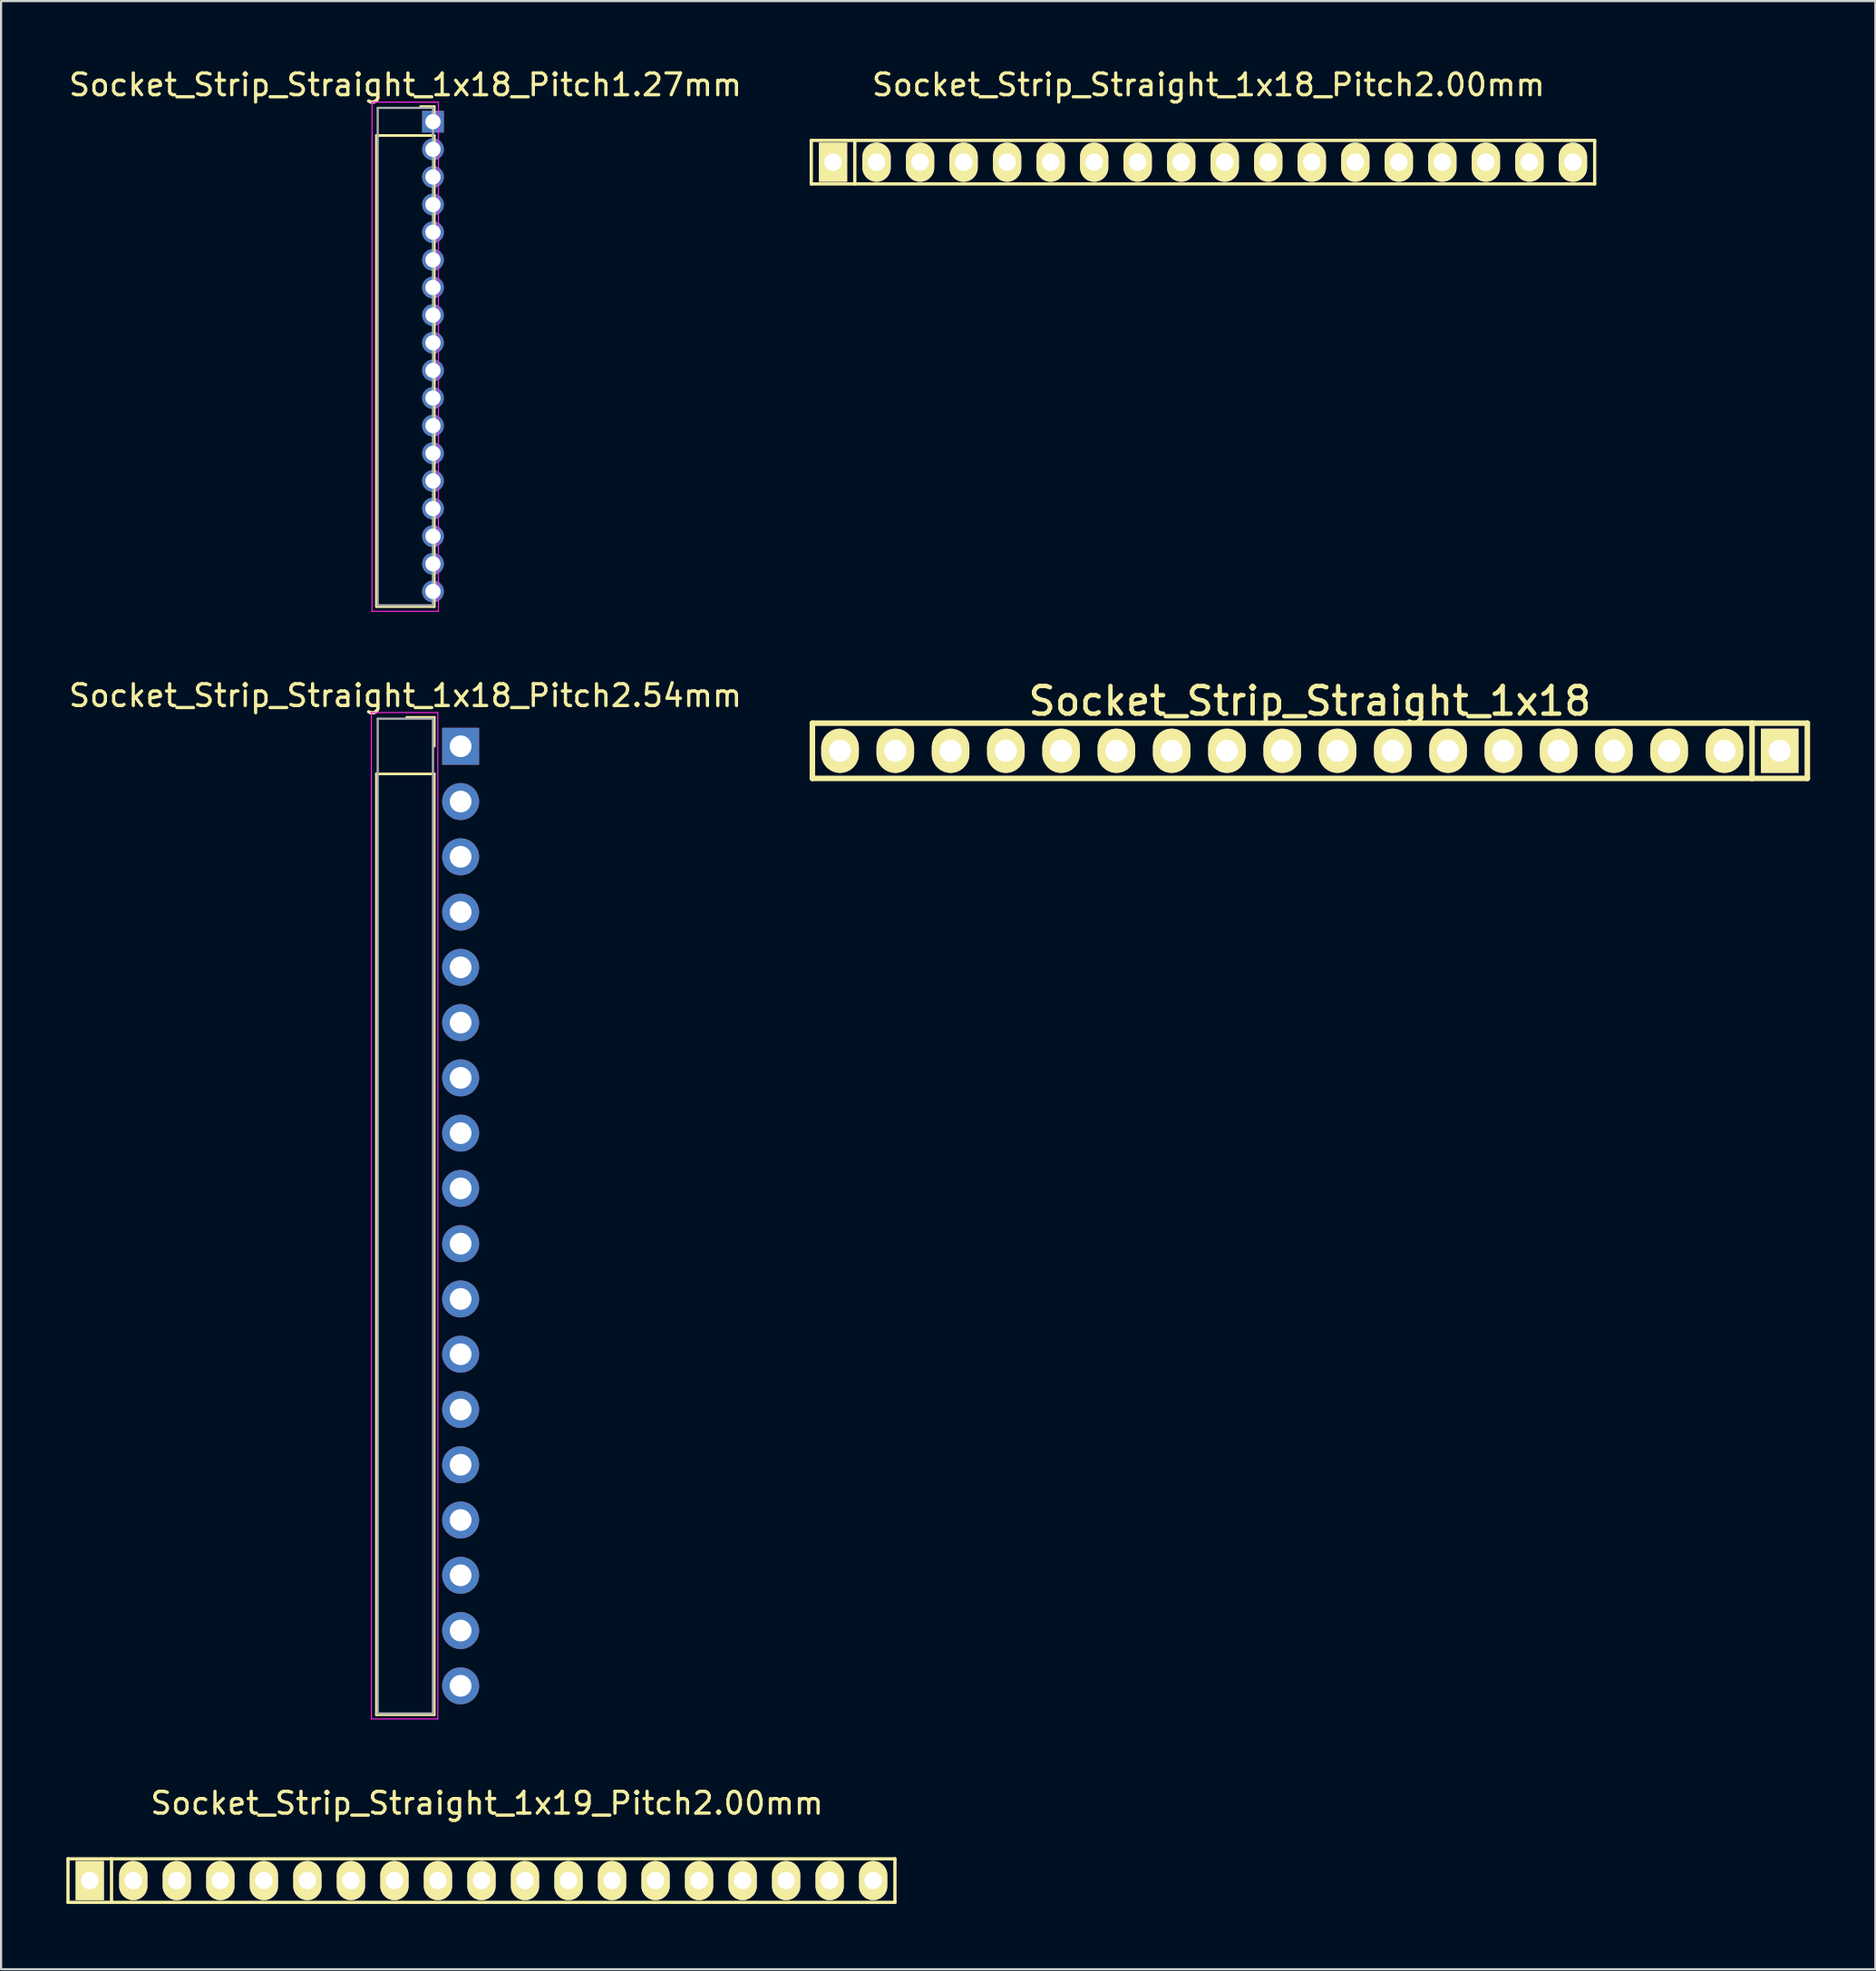
<source format=kicad_pcb>
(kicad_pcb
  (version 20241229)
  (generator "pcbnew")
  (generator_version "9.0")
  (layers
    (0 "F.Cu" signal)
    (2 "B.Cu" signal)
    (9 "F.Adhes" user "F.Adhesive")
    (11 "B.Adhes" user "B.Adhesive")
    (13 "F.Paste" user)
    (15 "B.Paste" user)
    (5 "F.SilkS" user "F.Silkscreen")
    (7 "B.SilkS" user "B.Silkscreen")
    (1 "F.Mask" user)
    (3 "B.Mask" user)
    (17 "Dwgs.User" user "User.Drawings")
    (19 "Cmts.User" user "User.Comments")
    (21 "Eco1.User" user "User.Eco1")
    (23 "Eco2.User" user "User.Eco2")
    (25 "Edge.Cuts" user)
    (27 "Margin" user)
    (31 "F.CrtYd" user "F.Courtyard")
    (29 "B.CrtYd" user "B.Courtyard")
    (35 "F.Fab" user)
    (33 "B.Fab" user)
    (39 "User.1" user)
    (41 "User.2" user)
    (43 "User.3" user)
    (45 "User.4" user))
  (footprint "Socket_Strip_Straight_1x18_Pitch1.27mm"
    (layer "F.Cu")
    (at 16.847 2.543)
    (property "Reference" "Socket_Strip_Straight_1x18_Pitch1.27mm" (at -1.27 -1.695 0) (layer "F.SilkS") (effects (font (size 1 1) (thickness 0.15))))
    (attr through_hole)
    (fp_line (start -2.6 0.635) (end -2.6 22.285) (stroke (width 0.12) (type solid)) (layer "F.SilkS"))
    (fp_line (start -2.6 22.285) (end 0.06 22.285) (stroke (width 0.12) (type solid)) (layer "F.SilkS"))
    (fp_line (start 0.06 -0.695) (end -0.575 -0.695) (stroke (width 0.12) (type solid)) (layer "F.SilkS"))
    (fp_line (start 0.06 0) (end 0.06 -0.695) (stroke (width 0.12) (type solid)) (layer "F.SilkS"))
    (fp_line (start 0.06 0.635) (end -2.6 0.635) (stroke (width 0.12) (type solid)) (layer "F.SilkS"))
    (fp_line (start 0.06 22.285) (end 0.06 0.635) (stroke (width 0.12) (type solid)) (layer "F.SilkS"))
    (fp_line (start -2.8 -0.9) (end -2.8 22.5) (stroke (width 0.05) (type solid)) (layer "F.CrtYd"))
    (fp_line (start -2.8 22.5) (end 0.25 22.5) (stroke (width 0.05) (type solid)) (layer "F.CrtYd"))
    (fp_line (start 0.25 -0.9) (end -2.8 -0.9) (stroke (width 0.05) (type solid)) (layer "F.CrtYd"))
    (fp_line (start 0.25 22.5) (end 0.25 -0.9) (stroke (width 0.05) (type solid)) (layer "F.CrtYd"))
    (fp_line (start -2.54 -0.635) (end -2.54 22.225) (stroke (width 0.1) (type solid)) (layer "F.Fab"))
    (fp_line (start -2.54 22.225) (end 0 22.225) (stroke (width 0.1) (type solid)) (layer "F.Fab"))
    (fp_line (start 0 -0.635) (end -2.54 -0.635) (stroke (width 0.1) (type solid)) (layer "F.Fab"))
    (fp_line (start 0 22.225) (end 0 -0.635) (stroke (width 0.1) (type solid)) (layer "F.Fab"))
    (pad "1" thru_hole rect (at 0 0) (size 1 1) (drill 0.7) (layers "*.Cu" "*.Mask"))
    (pad "2" thru_hole oval (at 0 1.27) (size 1 1) (drill 0.7) (layers "*.Cu" "*.Mask"))
    (pad "3" thru_hole oval (at 0 2.54) (size 1 1) (drill 0.7) (layers "*.Cu" "*.Mask"))
    (pad "4" thru_hole oval (at 0 3.81) (size 1 1) (drill 0.7) (layers "*.Cu" "*.Mask"))
    (pad "5" thru_hole oval (at 0 5.08) (size 1 1) (drill 0.7) (layers "*.Cu" "*.Mask"))
    (pad "6" thru_hole oval (at 0 6.35) (size 1 1) (drill 0.7) (layers "*.Cu" "*.Mask"))
    (pad "7" thru_hole oval (at 0 7.62) (size 1 1) (drill 0.7) (layers "*.Cu" "*.Mask"))
    (pad "8" thru_hole oval (at 0 8.89) (size 1 1) (drill 0.7) (layers "*.Cu" "*.Mask"))
    (pad "9" thru_hole oval (at 0 10.16) (size 1 1) (drill 0.7) (layers "*.Cu" "*.Mask"))
    (pad "10" thru_hole oval (at 0 11.43) (size 1 1) (drill 0.7) (layers "*.Cu" "*.Mask"))
    (pad "11" thru_hole oval (at 0 12.7) (size 1 1) (drill 0.7) (layers "*.Cu" "*.Mask"))
    (pad "12" thru_hole oval (at 0 13.97) (size 1 1) (drill 0.7) (layers "*.Cu" "*.Mask"))
    (pad "13" thru_hole oval (at 0 15.24) (size 1 1) (drill 0.7) (layers "*.Cu" "*.Mask"))
    (pad "14" thru_hole oval (at 0 16.51) (size 1 1) (drill 0.7) (layers "*.Cu" "*.Mask"))
    (pad "15" thru_hole oval (at 0 17.78) (size 1 1) (drill 0.7) (layers "*.Cu" "*.Mask"))
    (pad "16" thru_hole oval (at 0 19.05) (size 1 1) (drill 0.7) (layers "*.Cu" "*.Mask"))
    (pad "17" thru_hole oval (at 0 20.32) (size 1 1) (drill 0.7) (layers "*.Cu" "*.Mask"))
    (pad "18" thru_hole oval (at 0 21.59) (size 1 1) (drill 0.7) (layers "*.Cu" "*.Mask")))
  (footprint "Socket_Strip_Straight_1x19_Pitch2.00mm"
    (layer "F.Cu")
    (at 19.075 83.376)
    (property "Reference" "Socket_Strip_Straight_1x19_Pitch2.00mm" (at 0.254 -3.556 0) (layer "F.SilkS") (effects (font (size 1 1) (thickness 0.15))))
    (attr through_hole)
    (fp_line (start -19 -1) (end 19 -1) (stroke (width 0.15) (type solid)) (layer "F.SilkS"))
    (fp_line (start -19 1) (end -19 -1) (stroke (width 0.15) (type solid)) (layer "F.SilkS"))
    (fp_line (start -17 -1) (end -17 1) (stroke (width 0.15) (type solid)) (layer "F.SilkS"))
    (fp_line (start 19 -1) (end 19 1) (stroke (width 0.15) (type solid)) (layer "F.SilkS"))
    (fp_line (start 19 1) (end -19 1) (stroke (width 0.15) (type solid)) (layer "F.SilkS"))
    (pad "1" thru_hole rect (at -18 0) (size 1.3 1.8) (drill 0.8) (layers "*.Cu" "*.Mask" "F.SilkS"))
    (pad "2" thru_hole oval (at -16 0) (size 1.3 1.8) (drill 0.8) (layers "*.Cu" "*.Mask" "F.SilkS"))
    (pad "3" thru_hole oval (at -14 0) (size 1.3 1.8) (drill 0.8) (layers "*.Cu" "*.Mask" "F.SilkS"))
    (pad "4" thru_hole oval (at -12 0) (size 1.3 1.8) (drill 0.8) (layers "*.Cu" "*.Mask" "F.SilkS"))
    (pad "5" thru_hole oval (at -10 0) (size 1.3 1.8) (drill 0.8) (layers "*.Cu" "*.Mask" "F.SilkS"))
    (pad "6" thru_hole oval (at -8 0) (size 1.3 1.8) (drill 0.8) (layers "*.Cu" "*.Mask" "F.SilkS"))
    (pad "7" thru_hole oval (at -6 0) (size 1.3 1.8) (drill 0.8) (layers "*.Cu" "*.Mask" "F.SilkS"))
    (pad "8" thru_hole oval (at -4 0) (size 1.3 1.8) (drill 0.8) (layers "*.Cu" "*.Mask" "F.SilkS"))
    (pad "9" thru_hole oval (at -2 0) (size 1.3 1.8) (drill 0.8) (layers "*.Cu" "*.Mask" "F.SilkS"))
    (pad "10" thru_hole oval (at 0 0) (size 1.3 1.8) (drill 0.8) (layers "*.Cu" "*.Mask" "F.SilkS"))
    (pad "11" thru_hole oval (at 2 0) (size 1.3 1.8) (drill 0.8) (layers "*.Cu" "*.Mask" "F.SilkS"))
    (pad "12" thru_hole oval (at 4 0) (size 1.3 1.8) (drill 0.8) (layers "*.Cu" "*.Mask" "F.SilkS"))
    (pad "13" thru_hole oval (at 6 0) (size 1.3 1.8) (drill 0.8) (layers "*.Cu" "*.Mask" "F.SilkS"))
    (pad "14" thru_hole oval (at 8 0) (size 1.3 1.8) (drill 0.8) (layers "*.Cu" "*.Mask" "F.SilkS"))
    (pad "15" thru_hole oval (at 10 0) (size 1.3 1.8) (drill 0.8) (layers "*.Cu" "*.Mask" "F.SilkS"))
    (pad "16" thru_hole oval (at 12 0) (size 1.3 1.8) (drill 0.8) (layers "*.Cu" "*.Mask" "F.SilkS"))
    (pad "17" thru_hole oval (at 14 0) (size 1.3 1.8) (drill 0.8) (layers "*.Cu" "*.Mask" "F.SilkS"))
    (pad "18" thru_hole oval (at 16 0) (size 1.3 1.8) (drill 0.8) (layers "*.Cu" "*.Mask" "F.SilkS"))
    (pad "19" thru_hole oval (at 18 0) (size 1.3 1.8) (drill 0.8) (layers "*.Cu" "*.Mask" "F.SilkS")))
  (footprint "Socket_Strip_Straight_1x18_Pitch2.54mm"
    (layer "F.Cu")
    (at 18.117 31.247)
    (property "Reference" "Socket_Strip_Straight_1x18_Pitch2.54mm" (at -2.54 -2.33 0) (layer "F.SilkS") (effects (font (size 1 1) (thickness 0.15))))
    (attr through_hole)
    (fp_line (start -3.87 1.27) (end -3.87 44.51) (stroke (width 0.12) (type solid)) (layer "F.SilkS"))
    (fp_line (start -3.87 44.51) (end -1.21 44.51) (stroke (width 0.12) (type solid)) (layer "F.SilkS"))
    (fp_line (start -1.21 -1.33) (end -2.48 -1.33) (stroke (width 0.12) (type solid)) (layer "F.SilkS"))
    (fp_line (start -1.21 0) (end -1.21 -1.33) (stroke (width 0.12) (type solid)) (layer "F.SilkS"))
    (fp_line (start -1.21 1.27) (end -3.87 1.27) (stroke (width 0.12) (type solid)) (layer "F.SilkS"))
    (fp_line (start -1.21 44.51) (end -1.21 1.27) (stroke (width 0.12) (type solid)) (layer "F.SilkS"))
    (fp_line (start -4.1 -1.55) (end -4.1 44.7) (stroke (width 0.05) (type solid)) (layer "F.CrtYd"))
    (fp_line (start -4.1 44.7) (end -1.05 44.7) (stroke (width 0.05) (type solid)) (layer "F.CrtYd"))
    (fp_line (start -1.05 -1.55) (end -4.1 -1.55) (stroke (width 0.05) (type solid)) (layer "F.CrtYd"))
    (fp_line (start -1.05 44.7) (end -1.05 -1.55) (stroke (width 0.05) (type solid)) (layer "F.CrtYd"))
    (fp_line (start -3.81 -1.27) (end -3.81 44.45) (stroke (width 0.1) (type solid)) (layer "F.Fab"))
    (fp_line (start -3.81 44.45) (end -1.27 44.45) (stroke (width 0.1) (type solid)) (layer "F.Fab"))
    (fp_line (start -1.27 -1.27) (end -3.81 -1.27) (stroke (width 0.1) (type solid)) (layer "F.Fab"))
    (fp_line (start -1.27 44.45) (end -1.27 -1.27) (stroke (width 0.1) (type solid)) (layer "F.Fab"))
    (pad "1" thru_hole rect (at 0 0) (size 1.7 1.7) (drill 1) (layers "*.Cu" "*.Mask"))
    (pad "2" thru_hole oval (at 0 2.54) (size 1.7 1.7) (drill 1) (layers "*.Cu" "*.Mask"))
    (pad "3" thru_hole oval (at 0 5.08) (size 1.7 1.7) (drill 1) (layers "*.Cu" "*.Mask"))
    (pad "4" thru_hole oval (at 0 7.62) (size 1.7 1.7) (drill 1) (layers "*.Cu" "*.Mask"))
    (pad "5" thru_hole oval (at 0 10.16) (size 1.7 1.7) (drill 1) (layers "*.Cu" "*.Mask"))
    (pad "6" thru_hole oval (at 0 12.7) (size 1.7 1.7) (drill 1) (layers "*.Cu" "*.Mask"))
    (pad "7" thru_hole oval (at 0 15.24) (size 1.7 1.7) (drill 1) (layers "*.Cu" "*.Mask"))
    (pad "8" thru_hole oval (at 0 17.78) (size 1.7 1.7) (drill 1) (layers "*.Cu" "*.Mask"))
    (pad "9" thru_hole oval (at 0 20.32) (size 1.7 1.7) (drill 1) (layers "*.Cu" "*.Mask"))
    (pad "10" thru_hole oval (at 0 22.86) (size 1.7 1.7) (drill 1) (layers "*.Cu" "*.Mask"))
    (pad "11" thru_hole oval (at 0 25.4) (size 1.7 1.7) (drill 1) (layers "*.Cu" "*.Mask"))
    (pad "12" thru_hole oval (at 0 27.94) (size 1.7 1.7) (drill 1) (layers "*.Cu" "*.Mask"))
    (pad "13" thru_hole oval (at 0 30.48) (size 1.7 1.7) (drill 1) (layers "*.Cu" "*.Mask"))
    (pad "14" thru_hole oval (at 0 33.02) (size 1.7 1.7) (drill 1) (layers "*.Cu" "*.Mask"))
    (pad "15" thru_hole oval (at 0 35.56) (size 1.7 1.7) (drill 1) (layers "*.Cu" "*.Mask"))
    (pad "16" thru_hole oval (at 0 38.1) (size 1.7 1.7) (drill 1) (layers "*.Cu" "*.Mask"))
    (pad "17" thru_hole oval (at 0 40.64) (size 1.7 1.7) (drill 1) (layers "*.Cu" "*.Mask"))
    (pad "18" thru_hole oval (at 0 43.18) (size 1.7 1.7) (drill 1) (layers "*.Cu" "*.Mask")))
  (footprint "Socket_Strip_Straight_1x18"
    (layer "F.Cu")
    (at 57.142 31.454)
    (property "Reference" "Socket_Strip_Straight_1x18" (at 0 -2.286 0) (layer "F.SilkS") (effects (font (size 1.27 1.27) (thickness 0.203))))
    (attr through_hole)
    (fp_line (start -22.86 -1.27) (end -22.86 1.27) (stroke (width 0.254) (type solid)) (layer "F.SilkS"))
    (fp_line (start -22.86 1.27) (end 20.32 1.27) (stroke (width 0.254) (type solid)) (layer "F.SilkS"))
    (fp_line (start 20.32 -1.27) (end -22.86 -1.27) (stroke (width 0.254) (type solid)) (layer "F.SilkS"))
    (fp_line (start 20.32 -1.27) (end 20.32 1.27) (stroke (width 0.254) (type solid)) (layer "F.SilkS"))
    (fp_line (start 22.86 -1.27) (end 20.32 -1.27) (stroke (width 0.254) (type solid)) (layer "F.SilkS"))
    (fp_line (start 22.86 -1.27) (end 22.86 1.27) (stroke (width 0.254) (type solid)) (layer "F.SilkS"))
    (fp_line (start 22.86 1.27) (end 20.32 1.27) (stroke (width 0.254) (type solid)) (layer "F.SilkS"))
    (pad "1" thru_hole rect (at 21.59 0 180) (size 1.727 2.032) (drill 1.016) (layers "*.Cu" "*.Mask" "F.SilkS"))
    (pad "2" thru_hole oval (at 19.05 0 180) (size 1.727 2.032) (drill 1.016) (layers "*.Cu" "*.Mask" "F.SilkS"))
    (pad "3" thru_hole oval (at 16.51 0 180) (size 1.727 2.032) (drill 1.016) (layers "*.Cu" "*.Mask" "F.SilkS"))
    (pad "4" thru_hole oval (at 13.97 0 180) (size 1.727 2.032) (drill 1.016) (layers "*.Cu" "*.Mask" "F.SilkS"))
    (pad "5" thru_hole oval (at 11.43 0 180) (size 1.727 2.032) (drill 1.016) (layers "*.Cu" "*.Mask" "F.SilkS"))
    (pad "6" thru_hole oval (at 8.89 0 180) (size 1.727 2.032) (drill 1.016) (layers "*.Cu" "*.Mask" "F.SilkS"))
    (pad "7" thru_hole oval (at 6.35 0 180) (size 1.727 2.032) (drill 1.016) (layers "*.Cu" "*.Mask" "F.SilkS"))
    (pad "8" thru_hole oval (at 3.81 0 180) (size 1.727 2.032) (drill 1.016) (layers "*.Cu" "*.Mask" "F.SilkS"))
    (pad "9" thru_hole oval (at 1.27 0 180) (size 1.727 2.032) (drill 1.016) (layers "*.Cu" "*.Mask" "F.SilkS"))
    (pad "10" thru_hole oval (at -1.27 0 180) (size 1.727 2.032) (drill 1.016) (layers "*.Cu" "*.Mask" "F.SilkS"))
    (pad "11" thru_hole oval (at -3.81 0 180) (size 1.727 2.032) (drill 1.016) (layers "*.Cu" "*.Mask" "F.SilkS"))
    (pad "12" thru_hole oval (at -6.35 0 180) (size 1.727 2.032) (drill 1.016) (layers "*.Cu" "*.Mask" "F.SilkS"))
    (pad "13" thru_hole oval (at -8.89 0 180) (size 1.727 2.032) (drill 1.016) (layers "*.Cu" "*.Mask" "F.SilkS"))
    (pad "14" thru_hole oval (at -11.43 0 180) (size 1.727 2.032) (drill 1.016) (layers "*.Cu" "*.Mask" "F.SilkS"))
    (pad "15" thru_hole oval (at -13.97 0 180) (size 1.727 2.032) (drill 1.016) (layers "*.Cu" "*.Mask" "F.SilkS"))
    (pad "16" thru_hole oval (at -16.51 0 180) (size 1.727 2.032) (drill 1.016) (layers "*.Cu" "*.Mask" "F.SilkS"))
    (pad "17" thru_hole oval (at -19.05 0 180) (size 1.727 2.032) (drill 1.016) (layers "*.Cu" "*.Mask" "F.SilkS"))
    (pad "18" thru_hole oval (at -21.59 0 180) (size 1.727 2.032) (drill 1.016) (layers "*.Cu" "*.Mask" "F.SilkS")))
  (footprint "Socket_Strip_Straight_1x18_Pitch2.00mm"
    (layer "F.Cu")
    (at 52.23 4.404)
    (property "Reference" "Socket_Strip_Straight_1x18_Pitch2.00mm" (at 0.254 -3.556 0) (layer "F.SilkS") (effects (font (size 1 1) (thickness 0.15))))
    (attr through_hole)
    (fp_line (start -18 -1) (end 18 -1) (stroke (width 0.15) (type solid)) (layer "F.SilkS"))
    (fp_line (start -18 1) (end -18 -1) (stroke (width 0.15) (type solid)) (layer "F.SilkS"))
    (fp_line (start -16 -1) (end -16 1) (stroke (width 0.15) (type solid)) (layer "F.SilkS"))
    (fp_line (start 18 -1) (end 18 1) (stroke (width 0.15) (type solid)) (layer "F.SilkS"))
    (fp_line (start 18 1) (end -18 1) (stroke (width 0.15) (type solid)) (layer "F.SilkS"))
    (pad "1" thru_hole rect (at -17 0) (size 1.3 1.8) (drill 0.8) (layers "*.Cu" "*.Mask" "F.SilkS"))
    (pad "2" thru_hole oval (at -15 0) (size 1.3 1.8) (drill 0.8) (layers "*.Cu" "*.Mask" "F.SilkS"))
    (pad "3" thru_hole oval (at -13 0) (size 1.3 1.8) (drill 0.8) (layers "*.Cu" "*.Mask" "F.SilkS"))
    (pad "4" thru_hole oval (at -11 0) (size 1.3 1.8) (drill 0.8) (layers "*.Cu" "*.Mask" "F.SilkS"))
    (pad "5" thru_hole oval (at -9 0) (size 1.3 1.8) (drill 0.8) (layers "*.Cu" "*.Mask" "F.SilkS"))
    (pad "6" thru_hole oval (at -7 0) (size 1.3 1.8) (drill 0.8) (layers "*.Cu" "*.Mask" "F.SilkS"))
    (pad "7" thru_hole oval (at -5 0) (size 1.3 1.8) (drill 0.8) (layers "*.Cu" "*.Mask" "F.SilkS"))
    (pad "8" thru_hole oval (at -3 0) (size 1.3 1.8) (drill 0.8) (layers "*.Cu" "*.Mask" "F.SilkS"))
    (pad "9" thru_hole oval (at -1 0) (size 1.3 1.8) (drill 0.8) (layers "*.Cu" "*.Mask" "F.SilkS"))
    (pad "10" thru_hole oval (at 1 0) (size 1.3 1.8) (drill 0.8) (layers "*.Cu" "*.Mask" "F.SilkS"))
    (pad "11" thru_hole oval (at 3 0) (size 1.3 1.8) (drill 0.8) (layers "*.Cu" "*.Mask" "F.SilkS"))
    (pad "12" thru_hole oval (at 5 0) (size 1.3 1.8) (drill 0.8) (layers "*.Cu" "*.Mask" "F.SilkS"))
    (pad "13" thru_hole oval (at 7 0) (size 1.3 1.8) (drill 0.8) (layers "*.Cu" "*.Mask" "F.SilkS"))
    (pad "14" thru_hole oval (at 9 0) (size 1.3 1.8) (drill 0.8) (layers "*.Cu" "*.Mask" "F.SilkS"))
    (pad "15" thru_hole oval (at 11 0) (size 1.3 1.8) (drill 0.8) (layers "*.Cu" "*.Mask" "F.SilkS"))
    (pad "16" thru_hole oval (at 13 0) (size 1.3 1.8) (drill 0.8) (layers "*.Cu" "*.Mask" "F.SilkS"))
    (pad "17" thru_hole oval (at 15 0) (size 1.3 1.8) (drill 0.8) (layers "*.Cu" "*.Mask" "F.SilkS"))
    (pad "18" thru_hole oval (at 17 0) (size 1.3 1.8) (drill 0.8) (layers "*.Cu" "*.Mask" "F.SilkS")))
  (gr_rect
    (start -3 -3)
    (end 83.129 87.451)
    (stroke (width 0.1) (type default))
    (fill no)
    (layer "Edge.Cuts")))
</source>
